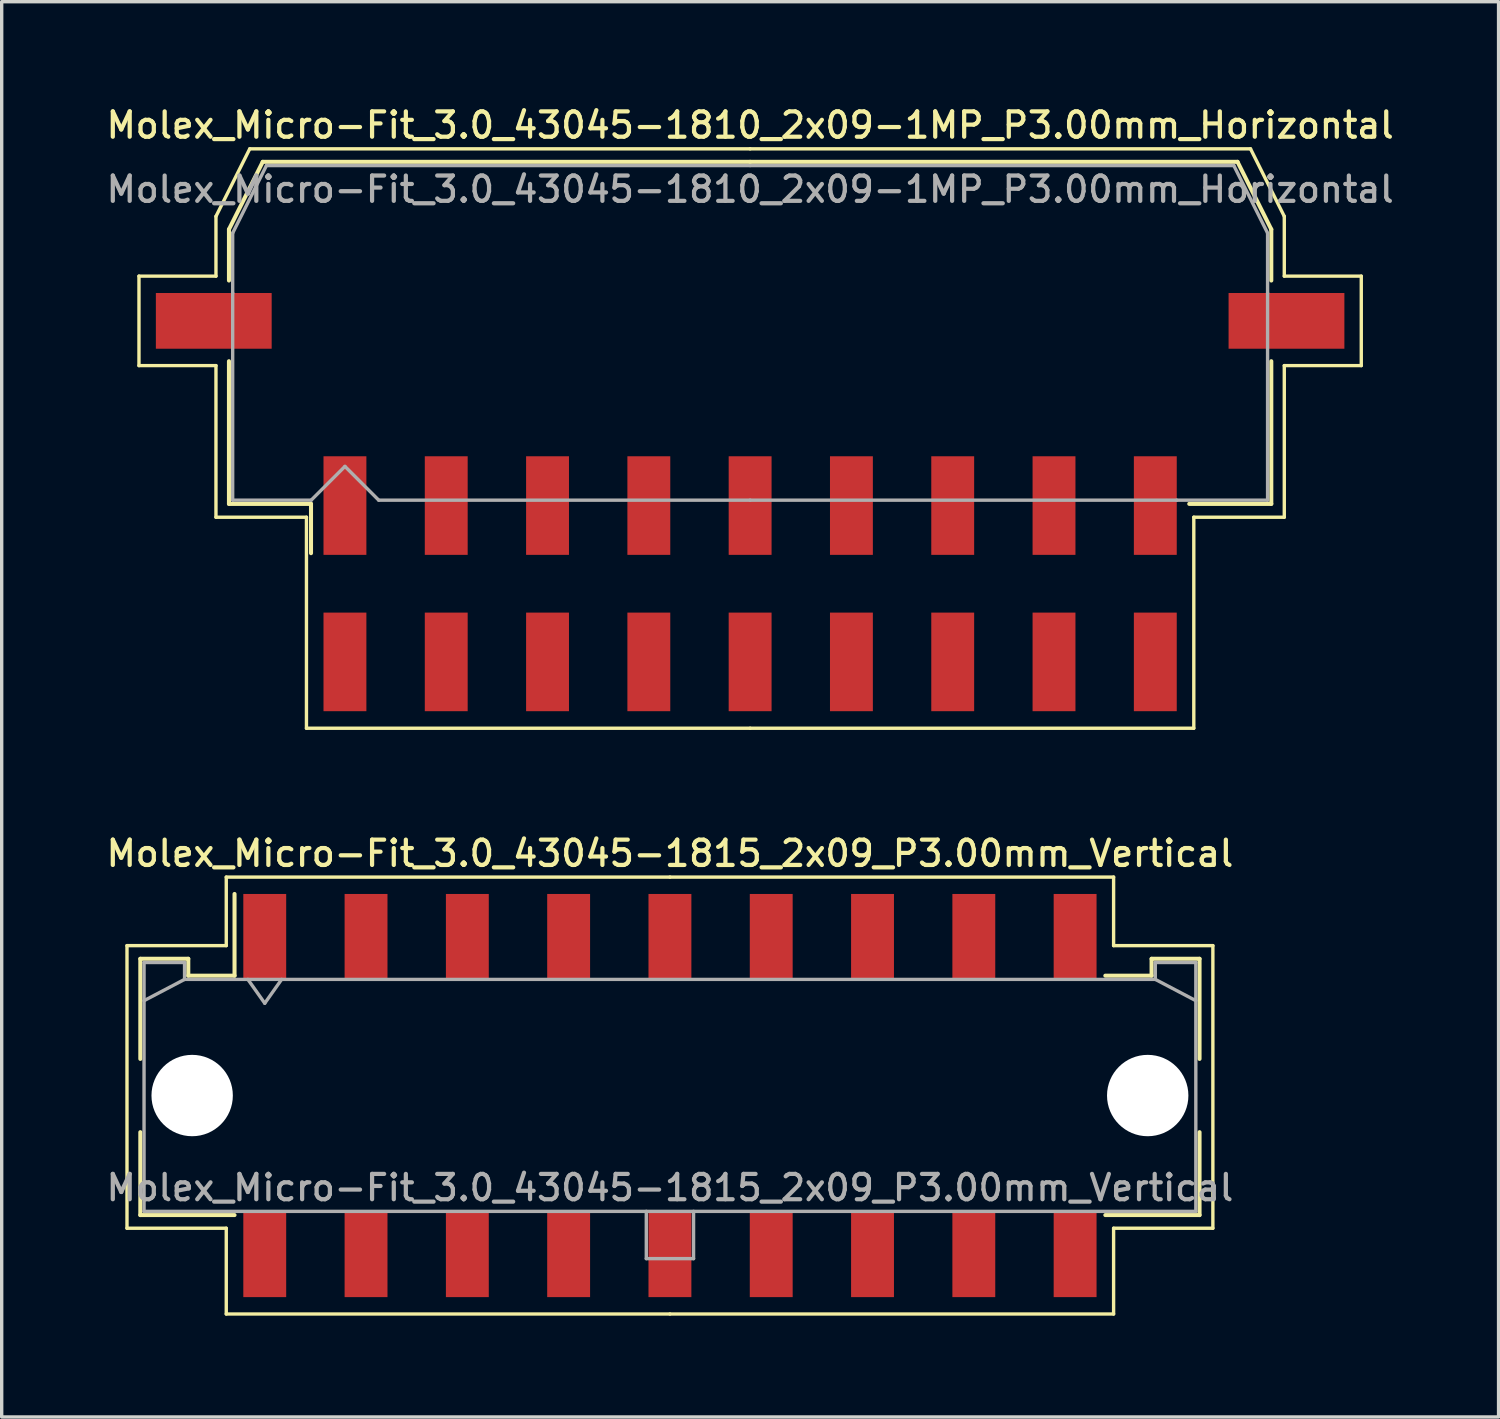
<source format=kicad_pcb>
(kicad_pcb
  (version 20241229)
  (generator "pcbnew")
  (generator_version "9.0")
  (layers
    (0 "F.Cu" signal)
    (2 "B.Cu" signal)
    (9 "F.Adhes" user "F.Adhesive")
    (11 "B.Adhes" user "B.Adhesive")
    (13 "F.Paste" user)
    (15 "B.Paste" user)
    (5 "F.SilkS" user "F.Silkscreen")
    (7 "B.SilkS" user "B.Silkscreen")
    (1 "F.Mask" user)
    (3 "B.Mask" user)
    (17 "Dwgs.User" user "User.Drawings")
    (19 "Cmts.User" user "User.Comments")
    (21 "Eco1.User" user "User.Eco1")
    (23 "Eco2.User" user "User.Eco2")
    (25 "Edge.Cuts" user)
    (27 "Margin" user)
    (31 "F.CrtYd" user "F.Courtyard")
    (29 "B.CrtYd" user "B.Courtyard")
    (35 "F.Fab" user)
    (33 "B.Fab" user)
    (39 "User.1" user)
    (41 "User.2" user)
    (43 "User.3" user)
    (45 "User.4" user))
  (footprint "Molex_Micro-Fit_3.0_43045-1815_2x09_P3.00mm_Vertical"
    (layer "F.Cu")
    (at 16.791 29.396)
    (property "Reference" "Molex_Micro-Fit_3.0_43045-1815_2x09_P3.00mm_Vertical" (at 0 -7.17 0) (layer "F.SilkS") (effects (font (size 0.75 0.75) (thickness 0.125))))
    (attr smd)
    (fp_line (start -16.08 -4.44) (end -16.08 3.93) (stroke (width 0.1) (type solid)) (layer "F.SilkS"))
    (fp_line (start -16.08 3.93) (end -13.14 3.93) (stroke (width 0.1) (type solid)) (layer "F.SilkS"))
    (fp_line (start -15.685 -4.05) (end -14.265 -4.05) (stroke (width 0.12) (type solid)) (layer "F.SilkS"))
    (fp_line (start -15.685 -1.085) (end -15.685 -4.05) (stroke (width 0.12) (type solid)) (layer "F.SilkS"))
    (fp_line (start -15.685 1.085) (end -15.685 3.54) (stroke (width 0.12) (type solid)) (layer "F.SilkS"))
    (fp_line (start -15.685 3.54) (end -12.895 3.54) (stroke (width 0.12) (type solid)) (layer "F.SilkS"))
    (fp_line (start -14.265 -4.05) (end -14.265 -3.55) (stroke (width 0.12) (type solid)) (layer "F.SilkS"))
    (fp_line (start -14.265 -3.55) (end -12.895 -3.55) (stroke (width 0.12) (type solid)) (layer "F.SilkS"))
    (fp_line (start -13.14 -6.47) (end -13.14 -4.44) (stroke (width 0.1) (type solid)) (layer "F.SilkS"))
    (fp_line (start -13.14 -4.44) (end -16.08 -4.44) (stroke (width 0.1) (type solid)) (layer "F.SilkS"))
    (fp_line (start -13.14 3.93) (end -13.14 6.47) (stroke (width 0.1) (type solid)) (layer "F.SilkS"))
    (fp_line (start -13.14 6.47) (end 0 6.47) (stroke (width 0.1) (type solid)) (layer "F.SilkS"))
    (fp_line (start -12.895 -3.55) (end -12.895 -5.97) (stroke (width 0.12) (type solid)) (layer "F.SilkS"))
    (fp_line (start 0 -6.47) (end -13.14 -6.47) (stroke (width 0.1) (type solid)) (layer "F.SilkS"))
    (fp_line (start 0 -6.47) (end 13.14 -6.47) (stroke (width 0.1) (type solid)) (layer "F.SilkS"))
    (fp_line (start 13.14 -6.47) (end 13.14 -4.44) (stroke (width 0.1) (type solid)) (layer "F.SilkS"))
    (fp_line (start 13.14 -4.44) (end 16.08 -4.44) (stroke (width 0.1) (type solid)) (layer "F.SilkS"))
    (fp_line (start 13.14 3.93) (end 13.14 6.47) (stroke (width 0.1) (type solid)) (layer "F.SilkS"))
    (fp_line (start 13.14 6.47) (end 0 6.47) (stroke (width 0.1) (type solid)) (layer "F.SilkS"))
    (fp_line (start 14.265 -4.05) (end 14.265 -3.55) (stroke (width 0.12) (type solid)) (layer "F.SilkS"))
    (fp_line (start 14.265 -3.55) (end 12.895 -3.55) (stroke (width 0.12) (type solid)) (layer "F.SilkS"))
    (fp_line (start 15.685 -4.05) (end 14.265 -4.05) (stroke (width 0.12) (type solid)) (layer "F.SilkS"))
    (fp_line (start 15.685 -1.085) (end 15.685 -4.05) (stroke (width 0.12) (type solid)) (layer "F.SilkS"))
    (fp_line (start 15.685 1.085) (end 15.685 3.54) (stroke (width 0.12) (type solid)) (layer "F.SilkS"))
    (fp_line (start 15.685 3.54) (end 12.895 3.54) (stroke (width 0.12) (type solid)) (layer "F.SilkS"))
    (fp_line (start 16.08 -4.44) (end 16.08 3.93) (stroke (width 0.1) (type solid)) (layer "F.SilkS"))
    (fp_line (start 16.08 3.93) (end 13.14 3.93) (stroke (width 0.1) (type solid)) (layer "F.SilkS"))
    (fp_line (start -15.575 -3.94) (end -15.575 3.43) (stroke (width 0.1) (type solid)) (layer "F.Fab"))
    (fp_line (start -15.575 -2.81) (end -14.375 -3.44) (stroke (width 0.1) (type solid)) (layer "F.Fab"))
    (fp_line (start -15.575 3.43) (end 15.575 3.43) (stroke (width 0.1) (type solid)) (layer "F.Fab"))
    (fp_line (start -14.375 -3.94) (end -15.575 -3.94) (stroke (width 0.1) (type solid)) (layer "F.Fab"))
    (fp_line (start -14.375 -3.44) (end -14.375 -3.94) (stroke (width 0.1) (type solid)) (layer "F.Fab"))
    (fp_line (start -12.5 -3.44) (end -12 -2.733) (stroke (width 0.1) (type solid)) (layer "F.Fab"))
    (fp_line (start -12 -2.733) (end -11.5 -3.44) (stroke (width 0.1) (type solid)) (layer "F.Fab"))
    (fp_line (start -0.7 3.43) (end -0.7 4.83) (stroke (width 0.1) (type solid)) (layer "F.Fab"))
    (fp_line (start -0.7 4.83) (end 0.7 4.83) (stroke (width 0.1) (type solid)) (layer "F.Fab"))
    (fp_line (start 0.7 4.83) (end 0.7 3.43) (stroke (width 0.1) (type solid)) (layer "F.Fab"))
    (fp_line (start 14.375 -3.94) (end 14.375 -3.44) (stroke (width 0.1) (type solid)) (layer "F.Fab"))
    (fp_line (start 14.375 -3.44) (end -14.375 -3.44) (stroke (width 0.1) (type solid)) (layer "F.Fab"))
    (fp_line (start 15.575 -3.94) (end 14.375 -3.94) (stroke (width 0.1) (type solid)) (layer "F.Fab"))
    (fp_line (start 15.575 -2.81) (end 14.375 -3.44) (stroke (width 0.1) (type solid)) (layer "F.Fab"))
    (fp_line (start 15.575 3.43) (end 15.575 -3.94) (stroke (width 0.1) (type solid)) (layer "F.Fab"))
    (fp_text user "${REFERENCE}" (at 0 2.73 0) (layer "F.Fab") (effects (font (size 0.75 0.75) (thickness 0.125))))
    (pad "" np_thru_hole circle (at -14.15 0) (size 2.41 2.41) (drill 2.41) (layers "*.Cu" "*.Mask"))
    (pad "" np_thru_hole circle (at 14.15 0) (size 2.41 2.41) (drill 2.41) (layers "*.Cu" "*.Mask"))
    (pad "1" smd rect (at -12 -4.7) (size 1.27 2.54) (layers "F.Cu" "F.Mask" "F.Paste"))
    (pad "2" smd rect (at -9 -4.7) (size 1.27 2.54) (layers "F.Cu" "F.Mask" "F.Paste"))
    (pad "3" smd rect (at -6 -4.7) (size 1.27 2.54) (layers "F.Cu" "F.Mask" "F.Paste"))
    (pad "4" smd rect (at -3 -4.7) (size 1.27 2.54) (layers "F.Cu" "F.Mask" "F.Paste"))
    (pad "5" smd rect (at 0 -4.7) (size 1.27 2.54) (layers "F.Cu" "F.Mask" "F.Paste"))
    (pad "6" smd rect (at 3 -4.7) (size 1.27 2.54) (layers "F.Cu" "F.Mask" "F.Paste"))
    (pad "7" smd rect (at 6 -4.7) (size 1.27 2.54) (layers "F.Cu" "F.Mask" "F.Paste"))
    (pad "8" smd rect (at 9 -4.7) (size 1.27 2.54) (layers "F.Cu" "F.Mask" "F.Paste"))
    (pad "9" smd rect (at 12 -4.7) (size 1.27 2.54) (layers "F.Cu" "F.Mask" "F.Paste"))
    (pad "10" smd rect (at -12 4.7) (size 1.27 2.54) (layers "F.Cu" "F.Mask" "F.Paste"))
    (pad "11" smd rect (at -9 4.7) (size 1.27 2.54) (layers "F.Cu" "F.Mask" "F.Paste"))
    (pad "12" smd rect (at -6 4.7) (size 1.27 2.54) (layers "F.Cu" "F.Mask" "F.Paste"))
    (pad "13" smd rect (at -3 4.7) (size 1.27 2.54) (layers "F.Cu" "F.Mask" "F.Paste"))
    (pad "14" smd rect (at 0 4.7) (size 1.27 2.54) (layers "F.Cu" "F.Mask" "F.Paste"))
    (pad "15" smd rect (at 3 4.7) (size 1.27 2.54) (layers "F.Cu" "F.Mask" "F.Paste"))
    (pad "16" smd rect (at 6 4.7) (size 1.27 2.54) (layers "F.Cu" "F.Mask" "F.Paste"))
    (pad "17" smd rect (at 9 4.7) (size 1.27 2.54) (layers "F.Cu" "F.Mask" "F.Paste"))
    (pad "18" smd rect (at 12 4.7) (size 1.27 2.54) (layers "F.Cu" "F.Mask" "F.Paste")))
  (footprint "Molex_Micro-Fit_3.0_43045-1810_2x09-1MP_P3.00mm_Horizontal"
    (layer "F.Cu")
    (at 19.166 14.238)
    (property "Reference" "Molex_Micro-Fit_3.0_43045-1810_2x09-1MP_P3.00mm_Horizontal" (at 0 -13.58 0) (layer "F.SilkS") (effects (font (size 0.75 0.75) (thickness 0.125))))
    (attr smd)
    (fp_line (start -18.1 -9.11) (end -18.1 -6.46) (stroke (width 0.1) (type solid)) (layer "F.SilkS"))
    (fp_line (start -18.1 -6.46) (end -15.82 -6.46) (stroke (width 0.1) (type solid)) (layer "F.SilkS"))
    (fp_line (start -15.82 -10.88) (end -15.82 -9.11) (stroke (width 0.1) (type solid)) (layer "F.SilkS"))
    (fp_line (start -15.82 -9.11) (end -18.1 -9.11) (stroke (width 0.1) (type solid)) (layer "F.SilkS"))
    (fp_line (start -15.82 -6.46) (end -15.82 -1.97) (stroke (width 0.1) (type solid)) (layer "F.SilkS"))
    (fp_line (start -15.82 -1.97) (end -13.14 -1.97) (stroke (width 0.1) (type solid)) (layer "F.SilkS"))
    (fp_line (start -15.435 -10.495) (end -15.435 -8.98) (stroke (width 0.12) (type solid)) (layer "F.SilkS"))
    (fp_line (start -15.435 -6.59) (end -15.435 -2.365) (stroke (width 0.12) (type solid)) (layer "F.SilkS"))
    (fp_line (start -15.435 -2.365) (end -13.005 -2.365) (stroke (width 0.12) (type solid)) (layer "F.SilkS"))
    (fp_line (start -14.82 -12.88) (end -15.82 -10.88) (stroke (width 0.1) (type solid)) (layer "F.SilkS"))
    (fp_line (start -14.435 -12.495) (end -15.435 -10.495) (stroke (width 0.12) (type solid)) (layer "F.SilkS"))
    (fp_line (start -13.14 -1.97) (end -13.14 4.28) (stroke (width 0.1) (type solid)) (layer "F.SilkS"))
    (fp_line (start -13.14 4.28) (end 0 4.28) (stroke (width 0.1) (type solid)) (layer "F.SilkS"))
    (fp_line (start -13.005 -2.365) (end -13.005 -0.905) (stroke (width 0.12) (type solid)) (layer "F.SilkS"))
    (fp_line (start 0 -12.88) (end -14.82 -12.88) (stroke (width 0.1) (type solid)) (layer "F.SilkS"))
    (fp_line (start 0 -12.88) (end 14.82 -12.88) (stroke (width 0.1) (type solid)) (layer "F.SilkS"))
    (fp_line (start 0 -12.495) (end -14.435 -12.495) (stroke (width 0.12) (type solid)) (layer "F.SilkS"))
    (fp_line (start 0 -12.495) (end 14.435 -12.495) (stroke (width 0.12) (type solid)) (layer "F.SilkS"))
    (fp_line (start 13.14 -1.97) (end 13.14 4.28) (stroke (width 0.1) (type solid)) (layer "F.SilkS"))
    (fp_line (start 13.14 4.28) (end 0 4.28) (stroke (width 0.1) (type solid)) (layer "F.SilkS"))
    (fp_line (start 14.435 -12.495) (end 15.435 -10.495) (stroke (width 0.12) (type solid)) (layer "F.SilkS"))
    (fp_line (start 14.82 -12.88) (end 15.82 -10.88) (stroke (width 0.1) (type solid)) (layer "F.SilkS"))
    (fp_line (start 15.435 -10.495) (end 15.435 -8.98) (stroke (width 0.12) (type solid)) (layer "F.SilkS"))
    (fp_line (start 15.435 -6.59) (end 15.435 -2.365) (stroke (width 0.12) (type solid)) (layer "F.SilkS"))
    (fp_line (start 15.435 -2.365) (end 13.005 -2.365) (stroke (width 0.12) (type solid)) (layer "F.SilkS"))
    (fp_line (start 15.82 -10.88) (end 15.82 -9.11) (stroke (width 0.1) (type solid)) (layer "F.SilkS"))
    (fp_line (start 15.82 -9.11) (end 18.1 -9.11) (stroke (width 0.1) (type solid)) (layer "F.SilkS"))
    (fp_line (start 15.82 -6.46) (end 15.82 -1.97) (stroke (width 0.1) (type solid)) (layer "F.SilkS"))
    (fp_line (start 15.82 -1.97) (end 13.14 -1.97) (stroke (width 0.1) (type solid)) (layer "F.SilkS"))
    (fp_line (start 18.1 -9.11) (end 18.1 -6.46) (stroke (width 0.1) (type solid)) (layer "F.SilkS"))
    (fp_line (start 18.1 -6.46) (end 15.82 -6.46) (stroke (width 0.1) (type solid)) (layer "F.SilkS"))
    (fp_line (start -15.325 -10.385) (end -15.325 -8.61) (stroke (width 0.1) (type solid)) (layer "F.Fab"))
    (fp_line (start -15.325 -8.61) (end -15.325 -2.475) (stroke (width 0.1) (type solid)) (layer "F.Fab"))
    (fp_line (start -15.325 -2.475) (end -13 -2.475) (stroke (width 0.1) (type solid)) (layer "F.Fab"))
    (fp_line (start -14.325 -12.385) (end -15.325 -10.385) (stroke (width 0.1) (type solid)) (layer "F.Fab"))
    (fp_line (start -13 -2.475) (end -12 -3.475) (stroke (width 0.1) (type solid)) (layer "F.Fab"))
    (fp_line (start -12 -3.475) (end -11 -2.475) (stroke (width 0.1) (type solid)) (layer "F.Fab"))
    (fp_line (start -11 -2.475) (end 0 -2.475) (stroke (width 0.1) (type solid)) (layer "F.Fab"))
    (fp_line (start 0 -12.385) (end -14.325 -12.385) (stroke (width 0.1) (type solid)) (layer "F.Fab"))
    (fp_line (start 0 -12.385) (end 14.325 -12.385) (stroke (width 0.1) (type solid)) (layer "F.Fab"))
    (fp_line (start 12.635 -2.475) (end 0 -2.475) (stroke (width 0.1) (type solid)) (layer "F.Fab"))
    (fp_line (start 14.325 -12.385) (end 15.325 -10.385) (stroke (width 0.1) (type solid)) (layer "F.Fab"))
    (fp_line (start 15.325 -10.385) (end 15.325 -8.61) (stroke (width 0.1) (type solid)) (layer "F.Fab"))
    (fp_line (start 15.325 -8.61) (end 15.325 -2.475) (stroke (width 0.1) (type solid)) (layer "F.Fab"))
    (fp_line (start 15.325 -2.475) (end 12.635 -2.475) (stroke (width 0.1) (type solid)) (layer "F.Fab"))
    (fp_text user "${REFERENCE}" (at 0 -11.68 0) (layer "F.Fab") (effects (font (size 0.75 0.75) (thickness 0.125))))
    (pad "1" smd rect (at -12 -2.315) (size 1.27 2.92) (layers "F.Cu" "F.Mask" "F.Paste"))
    (pad "2" smd rect (at -9 -2.315) (size 1.27 2.92) (layers "F.Cu" "F.Mask" "F.Paste"))
    (pad "3" smd rect (at -6 -2.315) (size 1.27 2.92) (layers "F.Cu" "F.Mask" "F.Paste"))
    (pad "4" smd rect (at -3 -2.315) (size 1.27 2.92) (layers "F.Cu" "F.Mask" "F.Paste"))
    (pad "5" smd rect (at 0 -2.315) (size 1.27 2.92) (layers "F.Cu" "F.Mask" "F.Paste"))
    (pad "6" smd rect (at 3 -2.315) (size 1.27 2.92) (layers "F.Cu" "F.Mask" "F.Paste"))
    (pad "7" smd rect (at 6 -2.315) (size 1.27 2.92) (layers "F.Cu" "F.Mask" "F.Paste"))
    (pad "8" smd rect (at 9 -2.315) (size 1.27 2.92) (layers "F.Cu" "F.Mask" "F.Paste"))
    (pad "9" smd rect (at 12 -2.315) (size 1.27 2.92) (layers "F.Cu" "F.Mask" "F.Paste"))
    (pad "10" smd rect (at -12 2.315) (size 1.27 2.92) (layers "F.Cu" "F.Mask" "F.Paste"))
    (pad "11" smd rect (at -9 2.315) (size 1.27 2.92) (layers "F.Cu" "F.Mask" "F.Paste"))
    (pad "12" smd rect (at -6 2.315) (size 1.27 2.92) (layers "F.Cu" "F.Mask" "F.Paste"))
    (pad "13" smd rect (at -3 2.315) (size 1.27 2.92) (layers "F.Cu" "F.Mask" "F.Paste"))
    (pad "14" smd rect (at 0 2.315) (size 1.27 2.92) (layers "F.Cu" "F.Mask" "F.Paste"))
    (pad "15" smd rect (at 3 2.315) (size 1.27 2.92) (layers "F.Cu" "F.Mask" "F.Paste"))
    (pad "16" smd rect (at 6 2.315) (size 1.27 2.92) (layers "F.Cu" "F.Mask" "F.Paste"))
    (pad "17" smd rect (at 9 2.315) (size 1.27 2.92) (layers "F.Cu" "F.Mask" "F.Paste"))
    (pad "18" smd rect (at 12 2.315) (size 1.27 2.92) (layers "F.Cu" "F.Mask" "F.Paste"))
    (pad "MP" smd rect (at -15.885 -7.785) (size 3.43 1.65) (layers "F.Cu" "F.Mask" "F.Paste"))
    (pad "MP" smd rect (at 15.885 -7.785) (size 3.43 1.65) (layers "F.Cu" "F.Mask" "F.Paste")))
  (gr_rect
    (start -3 -3)
    (end 41.332 38.916)
    (stroke (width 0.1) (type default))
    (fill no)
    (layer "Edge.Cuts")))
</source>
